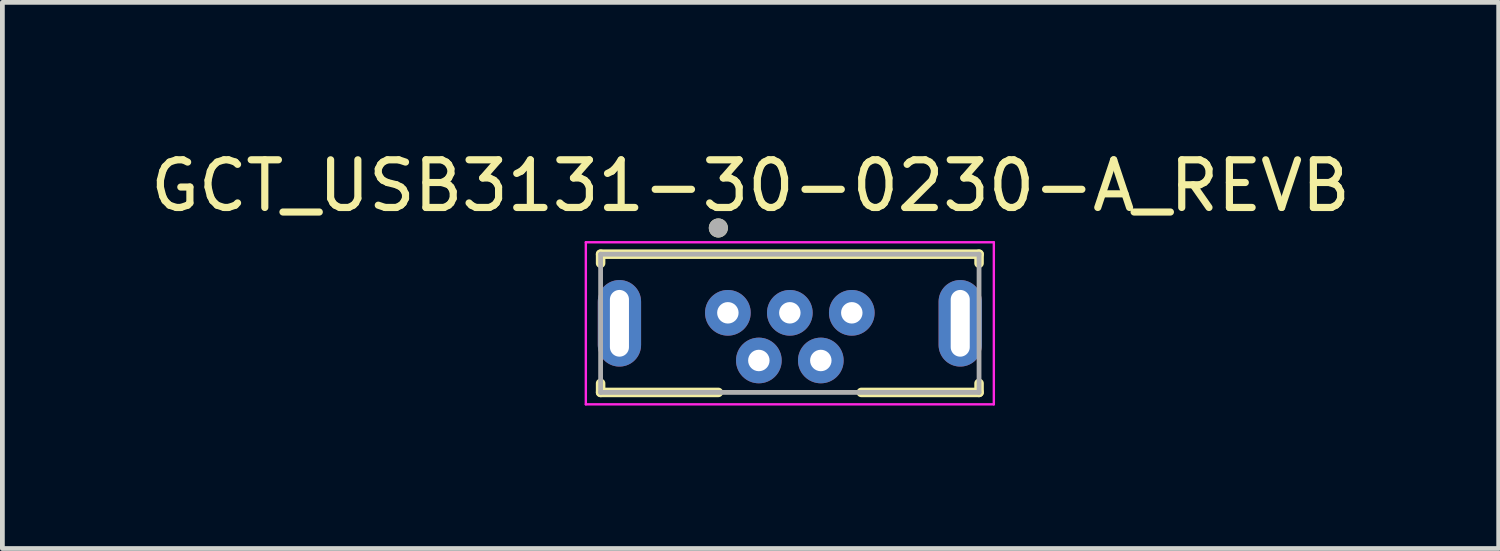
<source format=kicad_pcb>
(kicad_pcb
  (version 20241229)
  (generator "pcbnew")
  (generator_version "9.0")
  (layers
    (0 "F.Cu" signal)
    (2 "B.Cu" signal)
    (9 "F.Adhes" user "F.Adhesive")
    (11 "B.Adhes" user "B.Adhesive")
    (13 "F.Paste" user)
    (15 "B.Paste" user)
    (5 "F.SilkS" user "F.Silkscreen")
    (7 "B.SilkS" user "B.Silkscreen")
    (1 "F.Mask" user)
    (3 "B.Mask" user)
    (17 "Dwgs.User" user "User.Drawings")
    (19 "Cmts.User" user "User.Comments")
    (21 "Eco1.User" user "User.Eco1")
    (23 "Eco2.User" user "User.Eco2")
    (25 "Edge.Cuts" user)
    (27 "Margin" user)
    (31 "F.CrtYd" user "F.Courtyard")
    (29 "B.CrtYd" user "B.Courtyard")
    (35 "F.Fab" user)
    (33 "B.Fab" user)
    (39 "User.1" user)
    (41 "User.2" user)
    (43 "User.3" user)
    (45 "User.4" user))
  (footprint "GCT_USB3131-30-0230-A_REVB"
    (layer "F.Cu")
    (at 13.521 3.733)
    (property "Reference" "GCT_USB3131-30-0230-A_REVB" (at -0.825 -2.885 0) (layer "F.SilkS") (effects (font (size 1 1) (thickness 0.15))))
    (attr through_hole)
    (fp_line (start -3.97 -1.45) (end 3.97 -1.45) (stroke (width 0.2) (type solid)) (layer "F.SilkS"))
    (fp_line (start -3.97 -1.26) (end -3.97 -1.45) (stroke (width 0.2) (type solid)) (layer "F.SilkS"))
    (fp_line (start -3.97 1.45) (end -3.97 1.26) (stroke (width 0.2) (type solid)) (layer "F.SilkS"))
    (fp_line (start -3.97 1.45) (end -1.5 1.45) (stroke (width 0.2) (type solid)) (layer "F.SilkS"))
    (fp_line (start 1.5 1.45) (end 3.97 1.45) (stroke (width 0.2) (type solid)) (layer "F.SilkS"))
    (fp_line (start 3.97 -1.26) (end 3.97 -1.45) (stroke (width 0.2) (type solid)) (layer "F.SilkS"))
    (fp_line (start 3.97 1.45) (end 3.97 1.26) (stroke (width 0.2) (type solid)) (layer "F.SilkS"))
    (fp_circle (center -1.5 -2) (end -1.4 -2) (stroke (width 0.2) (type solid)) (fill no) (layer "F.SilkS"))
    (fp_line (start -4.28 -1.7) (end 4.28 -1.7) (stroke (width 0.05) (type solid)) (layer "F.CrtYd"))
    (fp_line (start -4.28 1.7) (end -4.28 -1.7) (stroke (width 0.05) (type solid)) (layer "F.CrtYd"))
    (fp_line (start -4.28 1.7) (end 4.28 1.7) (stroke (width 0.05) (type solid)) (layer "F.CrtYd"))
    (fp_line (start 4.28 1.7) (end 4.28 -1.7) (stroke (width 0.05) (type solid)) (layer "F.CrtYd"))
    (fp_line (start -3.97 -1.45) (end 3.97 -1.45) (stroke (width 0.1) (type solid)) (layer "F.Fab"))
    (fp_line (start -3.97 1.45) (end -3.97 -1.45) (stroke (width 0.1) (type solid)) (layer "F.Fab"))
    (fp_line (start -3.97 1.45) (end 3.97 1.45) (stroke (width 0.1) (type solid)) (layer "F.Fab"))
    (fp_line (start 3.97 1.45) (end 3.97 -1.45) (stroke (width 0.1) (type solid)) (layer "F.Fab"))
    (fp_circle (center -1.5 -2) (end -1.4 -2) (stroke (width 0.2) (type solid)) (fill no) (layer "F.Fab"))
    (pad "1" thru_hole circle (at -1.3 -0.22) (size 0.958 0.958) (drill 0.45) (layers "*.Cu" "*.Mask"))
    (pad "2" thru_hole circle (at -0.65 0.78) (size 0.958 0.958) (drill 0.45) (layers "*.Cu" "*.Mask"))
    (pad "3" thru_hole circle (at 0 -0.22) (size 0.958 0.958) (drill 0.45) (layers "*.Cu" "*.Mask"))
    (pad "4" thru_hole circle (at 0.65 0.78) (size 0.958 0.958) (drill 0.45) (layers "*.Cu" "*.Mask"))
    (pad "5" thru_hole circle (at 1.3 -0.22) (size 0.958 0.958) (drill 0.45) (layers "*.Cu" "*.Mask"))
    (pad "S1" thru_hole oval (at -3.575 0) (size 0.908 1.816) (drill oval 0.4 1.4) (layers "*.Cu" "*.Mask"))
    (pad "S2" thru_hole oval (at 3.575 0) (size 0.908 1.816) (drill oval 0.4 1.4) (layers "*.Cu" "*.Mask")))
  (gr_rect
    (start -3 -3)
    (end 28.393 8.458)
    (stroke (width 0.1) (type default))
    (fill no)
    (layer "Edge.Cuts")))
</source>
